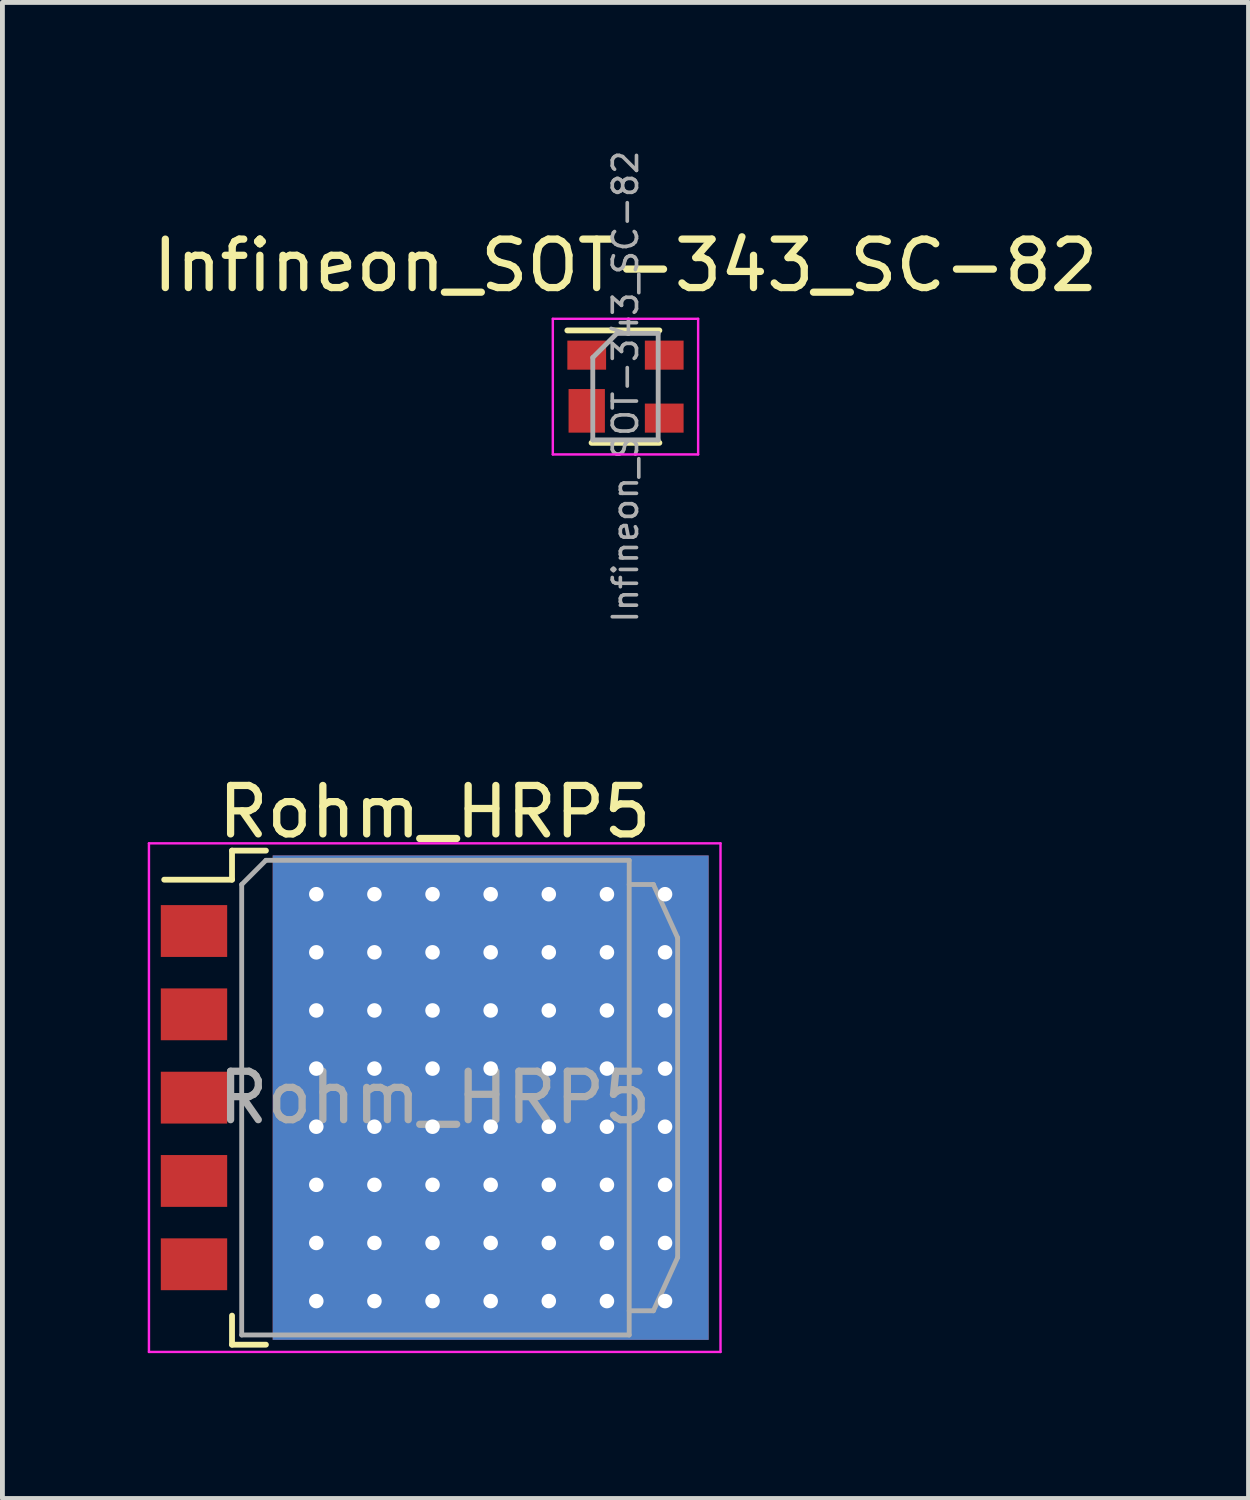
<source format=kicad_pcb>
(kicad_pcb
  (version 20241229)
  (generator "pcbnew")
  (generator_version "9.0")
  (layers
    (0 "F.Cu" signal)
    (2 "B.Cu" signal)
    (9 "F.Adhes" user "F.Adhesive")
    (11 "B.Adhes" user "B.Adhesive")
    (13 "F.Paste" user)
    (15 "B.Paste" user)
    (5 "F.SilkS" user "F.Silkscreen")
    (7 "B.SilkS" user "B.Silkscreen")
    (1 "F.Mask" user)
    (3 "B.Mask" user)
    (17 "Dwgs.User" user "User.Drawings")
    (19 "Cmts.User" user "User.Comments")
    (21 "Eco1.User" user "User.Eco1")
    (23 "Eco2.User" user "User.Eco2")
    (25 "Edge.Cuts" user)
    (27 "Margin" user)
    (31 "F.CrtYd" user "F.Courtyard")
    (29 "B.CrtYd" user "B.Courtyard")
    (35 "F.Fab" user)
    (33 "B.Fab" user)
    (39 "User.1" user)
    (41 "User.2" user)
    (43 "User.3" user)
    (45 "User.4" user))
  (footprint "Infineon_SOT-343_SC-82"
    (layer "F.Cu")
    (at 9.863 4.932)
    (property "Reference" "Infineon_SOT-343_SC-82" (at 0 -2.5 180) (layer "F.SilkS") (effects (font (size 1 1) (thickness 0.15))))
    (attr smd)
    (fp_line (start -0.7 1.16) (end 0.7 1.16) (stroke (width 0.12) (type solid)) (layer "F.SilkS"))
    (fp_line (start 0.7 -1.16) (end -1.2 -1.16) (stroke (width 0.12) (type solid)) (layer "F.SilkS"))
    (fp_line (start -1.5 -1.4) (end -1.5 1.4) (stroke (width 0.05) (type solid)) (layer "F.CrtYd"))
    (fp_line (start -1.5 -1.4) (end 1.5 -1.4) (stroke (width 0.05) (type solid)) (layer "F.CrtYd"))
    (fp_line (start -1.5 1.4) (end 1.5 1.4) (stroke (width 0.05) (type solid)) (layer "F.CrtYd"))
    (fp_line (start 1.5 1.4) (end 1.5 -1.4) (stroke (width 0.05) (type solid)) (layer "F.CrtYd"))
    (fp_line (start -0.675 -0.6) (end -0.675 1.1) (stroke (width 0.1) (type solid)) (layer "F.Fab"))
    (fp_line (start -0.175 -1.1) (end -0.675 -0.6) (stroke (width 0.1) (type solid)) (layer "F.Fab"))
    (fp_line (start 0.675 -1.1) (end -0.175 -1.1) (stroke (width 0.1) (type solid)) (layer "F.Fab"))
    (fp_line (start 0.675 -1.1) (end 0.675 1.1) (stroke (width 0.1) (type solid)) (layer "F.Fab"))
    (fp_line (start 0.675 1.1) (end -0.675 1.1) (stroke (width 0.1) (type solid)) (layer "F.Fab"))
    (fp_text user "${REFERENCE}" (at 0 0 90) (layer "F.Fab") (effects (font (size 0.5 0.5) (thickness 0.075))))
    (pad "1" smd rect (at -0.8 -0.65) (size 0.8 0.6) (layers "F.Cu" "F.Mask" "F.Paste"))
    (pad "2" smd rect (at -0.8 0.5) (size 0.75 0.9) (layers "F.Cu" "F.Mask" "F.Paste"))
    (pad "3" smd rect (at 0.8 0.65) (size 0.8 0.6) (layers "F.Cu" "F.Mask" "F.Paste"))
    (pad "4" smd rect (at 0.8 -0.65) (size 0.8 0.6) (layers "F.Cu" "F.Mask" "F.Paste")))
  (footprint "Rohm_HRP5"
    (layer "F.Cu")
    (at 5.925 19.611)
    (property "Reference" "Rohm_HRP5" (at 0 -5.9 0) (layer "F.SilkS") (effects (font (size 1 1) (thickness 0.15))))
    (attr smd)
    (fp_line (start -5.585 -4.5) (end -4.185 -4.5) (stroke (width 0.12) (type solid)) (layer "F.SilkS"))
    (fp_line (start -4.185 -5.1) (end -3.485 -5.1) (stroke (width 0.12) (type solid)) (layer "F.SilkS"))
    (fp_line (start -4.185 -4.5) (end -4.185 -5.1) (stroke (width 0.12) (type solid)) (layer "F.SilkS"))
    (fp_line (start -4.185 5.1) (end -4.185 4.5) (stroke (width 0.12) (type solid)) (layer "F.SilkS"))
    (fp_line (start -3.485 5.1) (end -4.185 5.1) (stroke (width 0.12) (type solid)) (layer "F.SilkS"))
    (fp_line (start -5.9 -5.25) (end -5.9 5.25) (stroke (width 0.05) (type solid)) (layer "F.CrtYd"))
    (fp_line (start -5.9 -5.25) (end 5.9 -5.25) (stroke (width 0.05) (type solid)) (layer "F.CrtYd"))
    (fp_line (start 5.9 5.25) (end -5.9 5.25) (stroke (width 0.05) (type solid)) (layer "F.CrtYd"))
    (fp_line (start 5.9 5.25) (end 5.9 -5.25) (stroke (width 0.05) (type solid)) (layer "F.CrtYd"))
    (fp_line (start -3.985 -4.4) (end -3.485 -4.9) (stroke (width 0.1) (type solid)) (layer "F.Fab"))
    (fp_line (start -3.985 4.9) (end -3.985 -4.4) (stroke (width 0.1) (type solid)) (layer "F.Fab"))
    (fp_line (start -3.485 -4.9) (end 4.015 -4.9) (stroke (width 0.1) (type solid)) (layer "F.Fab"))
    (fp_line (start 4.015 -4.9) (end 4.015 4.9) (stroke (width 0.1) (type solid)) (layer "F.Fab"))
    (fp_line (start 4.015 -4.4) (end 4.515 -4.4) (stroke (width 0.1) (type solid)) (layer "F.Fab"))
    (fp_line (start 4.015 4.9) (end -3.985 4.9) (stroke (width 0.1) (type solid)) (layer "F.Fab"))
    (fp_line (start 4.515 -4.4) (end 5.015 -3.3) (stroke (width 0.1) (type solid)) (layer "F.Fab"))
    (fp_line (start 4.515 4.4) (end 4.015 4.4) (stroke (width 0.1) (type solid)) (layer "F.Fab"))
    (fp_line (start 5.015 -3.3) (end 5.015 3.3) (stroke (width 0.1) (type solid)) (layer "F.Fab"))
    (fp_line (start 5.015 3.3) (end 4.515 4.4) (stroke (width 0.1) (type solid)) (layer "F.Fab"))
    (fp_text user "${REFERENCE}" (at 0 0 0) (layer "F.Fab") (effects (font (size 1 1) (thickness 0.15))))
    (pad "" smd rect (at -1.095 -2.5) (size 4 4.5) (layers "F.Paste"))
    (pad "" smd rect (at -1.095 2.5) (size 4 4.5) (layers "F.Paste"))
    (pad "" smd rect (at 3.405 -2.5) (size 4 4.5) (layers "F.Paste"))
    (pad "" smd rect (at 3.405 2.5) (size 4 4.5) (layers "F.Paste"))
    (pad "1" smd rect (at -4.97 -3.44) (size 1.37 1.07) (layers "F.Cu" "F.Mask" "F.Paste"))
    (pad "2" smd rect (at -4.97 -1.72) (size 1.37 1.07) (layers "F.Cu" "F.Mask" "F.Paste"))
    (pad "3" smd rect (at -4.97 0) (size 1.37 1.07) (layers "F.Cu" "F.Mask" "F.Paste"))
    (pad "3" thru_hole circle (at -2.445 -4.2) (size 0.6 0.6) (drill 0.3) (layers "*.Cu"))
    (pad "3" thru_hole circle (at -2.445 -3) (size 0.6 0.6) (drill 0.3) (layers "*.Cu"))
    (pad "3" thru_hole circle (at -2.445 -1.8) (size 0.6 0.6) (drill 0.3) (layers "*.Cu"))
    (pad "3" thru_hole circle (at -2.445 -0.6) (size 0.6 0.6) (drill 0.3) (layers "*.Cu"))
    (pad "3" thru_hole circle (at -2.445 0.6) (size 0.6 0.6) (drill 0.3) (layers "*.Cu"))
    (pad "3" thru_hole circle (at -2.445 1.8) (size 0.6 0.6) (drill 0.3) (layers "*.Cu"))
    (pad "3" thru_hole circle (at -2.445 3) (size 0.6 0.6) (drill 0.3) (layers "*.Cu"))
    (pad "3" thru_hole circle (at -2.445 4.2) (size 0.6 0.6) (drill 0.3) (layers "*.Cu"))
    (pad "3" thru_hole circle (at -1.245 -4.2) (size 0.6 0.6) (drill 0.3) (layers "*.Cu"))
    (pad "3" thru_hole circle (at -1.245 -3) (size 0.6 0.6) (drill 0.3) (layers "*.Cu"))
    (pad "3" thru_hole circle (at -1.245 -1.8) (size 0.6 0.6) (drill 0.3) (layers "*.Cu"))
    (pad "3" thru_hole circle (at -1.245 -0.6) (size 0.6 0.6) (drill 0.3) (layers "*.Cu"))
    (pad "3" thru_hole circle (at -1.245 0.6) (size 0.6 0.6) (drill 0.3) (layers "*.Cu"))
    (pad "3" thru_hole circle (at -1.245 1.8) (size 0.6 0.6) (drill 0.3) (layers "*.Cu"))
    (pad "3" thru_hole circle (at -1.245 3) (size 0.6 0.6) (drill 0.3) (layers "*.Cu"))
    (pad "3" thru_hole circle (at -1.245 4.2) (size 0.6 0.6) (drill 0.3) (layers "*.Cu"))
    (pad "3" thru_hole circle (at -0.045 -4.2) (size 0.6 0.6) (drill 0.3) (layers "*.Cu"))
    (pad "3" thru_hole circle (at -0.045 -3) (size 0.6 0.6) (drill 0.3) (layers "*.Cu"))
    (pad "3" thru_hole circle (at -0.045 -1.8) (size 0.6 0.6) (drill 0.3) (layers "*.Cu"))
    (pad "3" thru_hole circle (at -0.045 -0.6) (size 0.6 0.6) (drill 0.3) (layers "*.Cu"))
    (pad "3" thru_hole circle (at -0.045 0.6) (size 0.6 0.6) (drill 0.3) (layers "*.Cu"))
    (pad "3" thru_hole circle (at -0.045 1.8) (size 0.6 0.6) (drill 0.3) (layers "*.Cu"))
    (pad "3" thru_hole circle (at -0.045 3) (size 0.6 0.6) (drill 0.3) (layers "*.Cu"))
    (pad "3" thru_hole circle (at -0.045 4.2) (size 0.6 0.6) (drill 0.3) (layers "*.Cu"))
    (pad "3" thru_hole circle (at 1.155 -4.2) (size 0.6 0.6) (drill 0.3) (layers "*.Cu"))
    (pad "3" thru_hole circle (at 1.155 -3) (size 0.6 0.6) (drill 0.3) (layers "*.Cu"))
    (pad "3" thru_hole circle (at 1.155 -1.8) (size 0.6 0.6) (drill 0.3) (layers "*.Cu"))
    (pad "3" thru_hole circle (at 1.155 -0.6) (size 0.6 0.6) (drill 0.3) (layers "*.Cu"))
    (pad "3" smd rect (at 1.155 0) (size 9 10) (layers "F.Cu" "F.Mask"))
    (pad "3" smd rect (at 1.155 0) (size 9 10) (layers "B.Cu"))
    (pad "3" thru_hole circle (at 1.155 0.6) (size 0.6 0.6) (drill 0.3) (layers "*.Cu"))
    (pad "3" thru_hole circle (at 1.155 1.8) (size 0.6 0.6) (drill 0.3) (layers "*.Cu"))
    (pad "3" thru_hole circle (at 1.155 3) (size 0.6 0.6) (drill 0.3) (layers "*.Cu"))
    (pad "3" thru_hole circle (at 1.155 4.2) (size 0.6 0.6) (drill 0.3) (layers "*.Cu"))
    (pad "3" thru_hole circle (at 2.355 -4.2) (size 0.6 0.6) (drill 0.3) (layers "*.Cu"))
    (pad "3" thru_hole circle (at 2.355 -3) (size 0.6 0.6) (drill 0.3) (layers "*.Cu"))
    (pad "3" thru_hole circle (at 2.355 -1.8) (size 0.6 0.6) (drill 0.3) (layers "*.Cu"))
    (pad "3" thru_hole circle (at 2.355 -0.6) (size 0.6 0.6) (drill 0.3) (layers "*.Cu"))
    (pad "3" thru_hole circle (at 2.355 0.6) (size 0.6 0.6) (drill 0.3) (layers "*.Cu"))
    (pad "3" thru_hole circle (at 2.355 1.8) (size 0.6 0.6) (drill 0.3) (layers "*.Cu"))
    (pad "3" thru_hole circle (at 2.355 3) (size 0.6 0.6) (drill 0.3) (layers "*.Cu"))
    (pad "3" thru_hole circle (at 2.355 4.2) (size 0.6 0.6) (drill 0.3) (layers "*.Cu"))
    (pad "3" thru_hole circle (at 3.555 -4.2) (size 0.6 0.6) (drill 0.3) (layers "*.Cu"))
    (pad "3" thru_hole circle (at 3.555 -3) (size 0.6 0.6) (drill 0.3) (layers "*.Cu"))
    (pad "3" thru_hole circle (at 3.555 -1.8) (size 0.6 0.6) (drill 0.3) (layers "*.Cu"))
    (pad "3" thru_hole circle (at 3.555 -0.6) (size 0.6 0.6) (drill 0.3) (layers "*.Cu"))
    (pad "3" thru_hole circle (at 3.555 0.6) (size 0.6 0.6) (drill 0.3) (layers "*.Cu"))
    (pad "3" thru_hole circle (at 3.555 1.8) (size 0.6 0.6) (drill 0.3) (layers "*.Cu"))
    (pad "3" thru_hole circle (at 3.555 3) (size 0.6 0.6) (drill 0.3) (layers "*.Cu"))
    (pad "3" thru_hole circle (at 3.555 4.2) (size 0.6 0.6) (drill 0.3) (layers "*.Cu"))
    (pad "3" thru_hole circle (at 4.755 -4.2) (size 0.6 0.6) (drill 0.3) (layers "*.Cu"))
    (pad "3" thru_hole circle (at 4.755 -3) (size 0.6 0.6) (drill 0.3) (layers "*.Cu"))
    (pad "3" thru_hole circle (at 4.755 -1.8) (size 0.6 0.6) (drill 0.3) (layers "*.Cu"))
    (pad "3" thru_hole circle (at 4.755 -0.6) (size 0.6 0.6) (drill 0.3) (layers "*.Cu"))
    (pad "3" thru_hole circle (at 4.755 0.6) (size 0.6 0.6) (drill 0.3) (layers "*.Cu"))
    (pad "3" thru_hole circle (at 4.755 1.8) (size 0.6 0.6) (drill 0.3) (layers "*.Cu"))
    (pad "3" thru_hole circle (at 4.755 3) (size 0.6 0.6) (drill 0.3) (layers "*.Cu"))
    (pad "3" thru_hole circle (at 4.755 4.2) (size 0.6 0.6) (drill 0.3) (layers "*.Cu"))
    (pad "4" smd rect (at -4.97 1.72) (size 1.37 1.07) (layers "F.Cu" "F.Mask" "F.Paste"))
    (pad "5" smd rect (at -4.97 3.44) (size 1.37 1.07) (layers "F.Cu" "F.Mask" "F.Paste")))
  (gr_rect
    (start -3 -3)
    (end 22.726 27.886)
    (stroke (width 0.1) (type default))
    (fill no)
    (layer "Edge.Cuts")))
</source>
